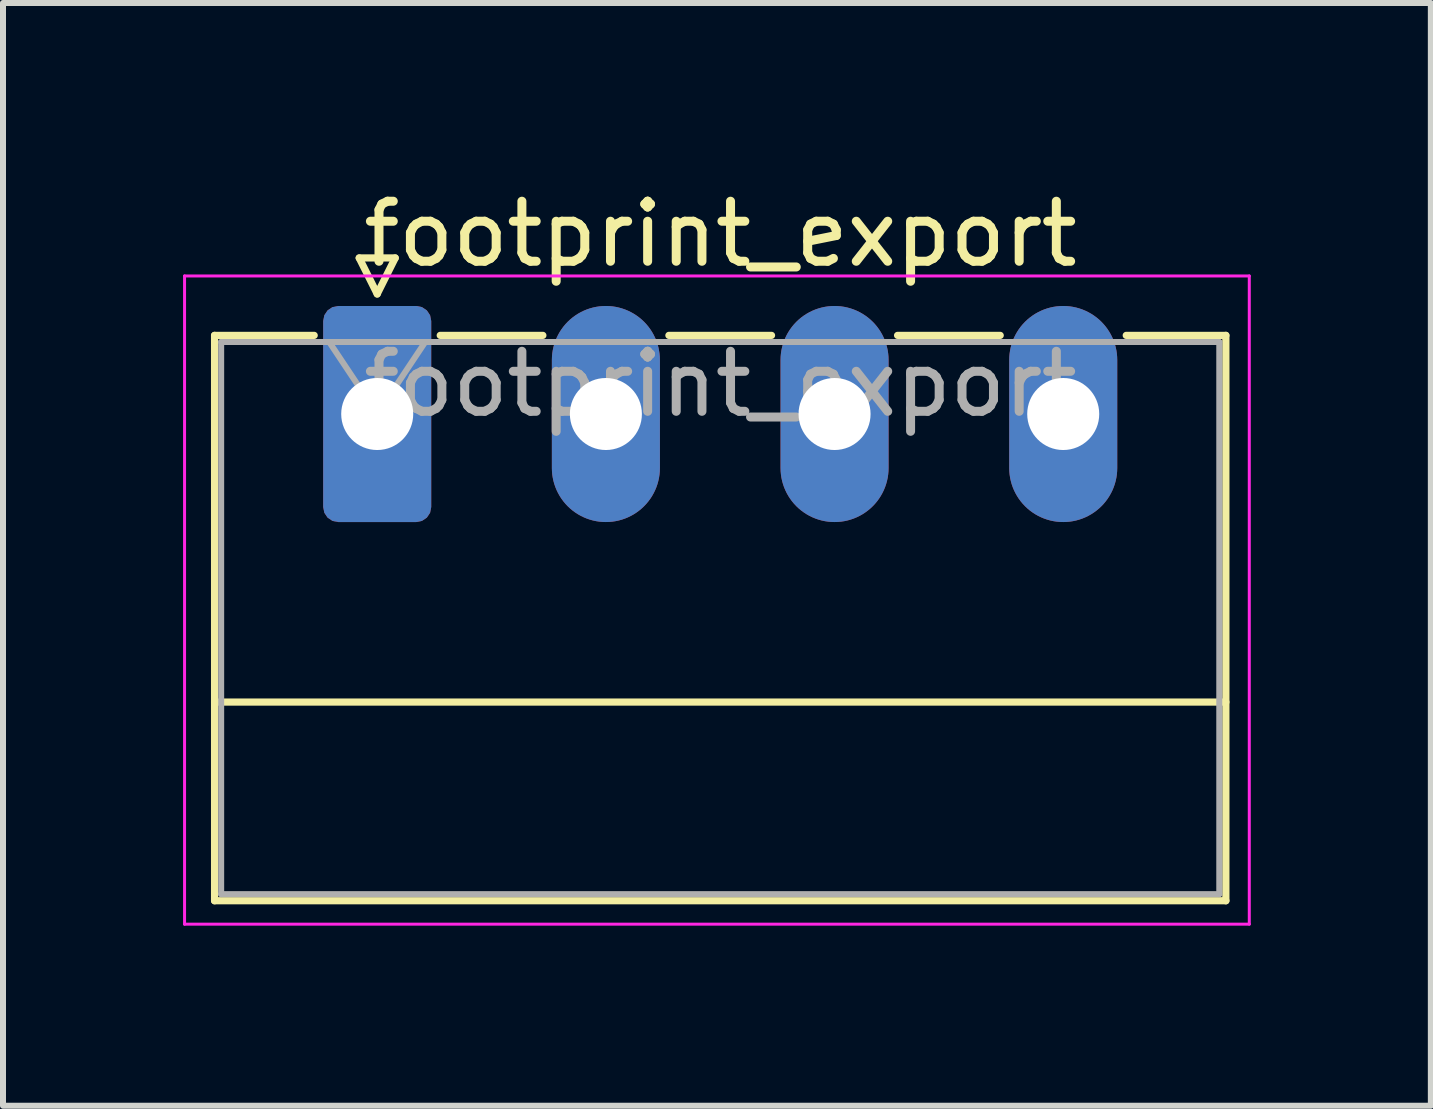
<source format=kicad_pcb>
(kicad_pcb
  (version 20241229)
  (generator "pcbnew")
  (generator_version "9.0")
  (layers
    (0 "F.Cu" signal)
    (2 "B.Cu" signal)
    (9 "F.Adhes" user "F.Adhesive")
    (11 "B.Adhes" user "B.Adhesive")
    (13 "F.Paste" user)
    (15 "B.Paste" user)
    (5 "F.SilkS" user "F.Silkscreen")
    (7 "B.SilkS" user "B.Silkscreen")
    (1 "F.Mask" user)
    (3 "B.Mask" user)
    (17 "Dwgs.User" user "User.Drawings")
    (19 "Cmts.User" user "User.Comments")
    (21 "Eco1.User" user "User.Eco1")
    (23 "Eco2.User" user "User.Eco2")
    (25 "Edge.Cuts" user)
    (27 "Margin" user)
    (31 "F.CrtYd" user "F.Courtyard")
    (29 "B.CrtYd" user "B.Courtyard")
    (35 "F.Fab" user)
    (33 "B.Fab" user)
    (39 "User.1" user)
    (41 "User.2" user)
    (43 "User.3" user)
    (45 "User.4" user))
  (footprint "footprint_export"
    (layer "F.Cu")
    (at 3.235 3.848)
    (property "Reference" "footprint_export" (at 5.72 -3 0) (layer "F.SilkS") (effects (font (size 1 1) (thickness 0.15))))
    (attr through_hole)
    (fp_line (start -2.71 -1.31) (end -2.71 8.11) (stroke (width 0.12) (type solid)) (layer "F.SilkS"))
    (fp_line (start -2.71 -1.31) (end -1.05 -1.31) (stroke (width 0.12) (type solid)) (layer "F.SilkS"))
    (fp_line (start -2.71 4.8) (end 14.14 4.8) (stroke (width 0.12) (type solid)) (layer "F.SilkS"))
    (fp_line (start -2.71 8.11) (end 14.14 8.11) (stroke (width 0.12) (type solid)) (layer "F.SilkS"))
    (fp_line (start -0.3 -2.6) (end 0.3 -2.6) (stroke (width 0.12) (type solid)) (layer "F.SilkS"))
    (fp_line (start 0 -2) (end -0.3 -2.6) (stroke (width 0.12) (type solid)) (layer "F.SilkS"))
    (fp_line (start 0.3 -2.6) (end 0 -2) (stroke (width 0.12) (type solid)) (layer "F.SilkS"))
    (fp_line (start 1.05 -1.31) (end 2.76 -1.31) (stroke (width 0.12) (type solid)) (layer "F.SilkS"))
    (fp_line (start 4.86 -1.31) (end 6.57 -1.31) (stroke (width 0.12) (type solid)) (layer "F.SilkS"))
    (fp_line (start 8.67 -1.31) (end 10.38 -1.31) (stroke (width 0.12) (type solid)) (layer "F.SilkS"))
    (fp_line (start 14.14 -1.31) (end 12.48 -1.31) (stroke (width 0.12) (type solid)) (layer "F.SilkS"))
    (fp_line (start 14.14 8.11) (end 14.14 -1.31) (stroke (width 0.12) (type solid)) (layer "F.SilkS"))
    (fp_line (start -3.21 -2.3) (end -3.21 8.5) (stroke (width 0.05) (type solid)) (layer "F.CrtYd"))
    (fp_line (start -3.21 8.5) (end 14.53 8.5) (stroke (width 0.05) (type solid)) (layer "F.CrtYd"))
    (fp_line (start 14.53 -2.3) (end -3.21 -2.3) (stroke (width 0.05) (type solid)) (layer "F.CrtYd"))
    (fp_line (start 14.53 8.5) (end 14.53 -2.3) (stroke (width 0.05) (type solid)) (layer "F.CrtYd"))
    (fp_line (start -2.6 -1.2) (end -2.6 8) (stroke (width 0.1) (type solid)) (layer "F.Fab"))
    (fp_line (start -2.6 8) (end 14.03 8) (stroke (width 0.1) (type solid)) (layer "F.Fab"))
    (fp_line (start 0 0) (end -0.8 -1.2) (stroke (width 0.1) (type solid)) (layer "F.Fab"))
    (fp_line (start 0.8 -1.2) (end 0 0) (stroke (width 0.1) (type solid)) (layer "F.Fab"))
    (fp_line (start 14.03 -1.2) (end -2.6 -1.2) (stroke (width 0.1) (type solid)) (layer "F.Fab"))
    (fp_line (start 14.03 8) (end 14.03 -1.2) (stroke (width 0.1) (type solid)) (layer "F.Fab"))
    (fp_text user "${REFERENCE}" (at 5.72 -0.5 0) (layer "F.Fab") (effects (font (size 1 1) (thickness 0.15))))
    (pad "1" thru_hole roundrect (at 0 0) (size 1.8 3.6) (drill 1.2) (layers "*.Cu" "*.Mask") (roundrect_rratio 0.139))
    (pad "2" thru_hole oval (at 3.81 0) (size 1.8 3.6) (drill 1.2) (layers "*.Cu" "*.Mask"))
    (pad "3" thru_hole oval (at 7.62 0) (size 1.8 3.6) (drill 1.2) (layers "*.Cu" "*.Mask"))
    (pad "4" thru_hole oval (at 11.43 0) (size 1.8 3.6) (drill 1.2) (layers "*.Cu" "*.Mask")))
  (gr_rect
    (start -3 -3)
    (end 20.79 15.373)
    (stroke (width 0.1) (type default))
    (fill no)
    (layer "Edge.Cuts")))
</source>
